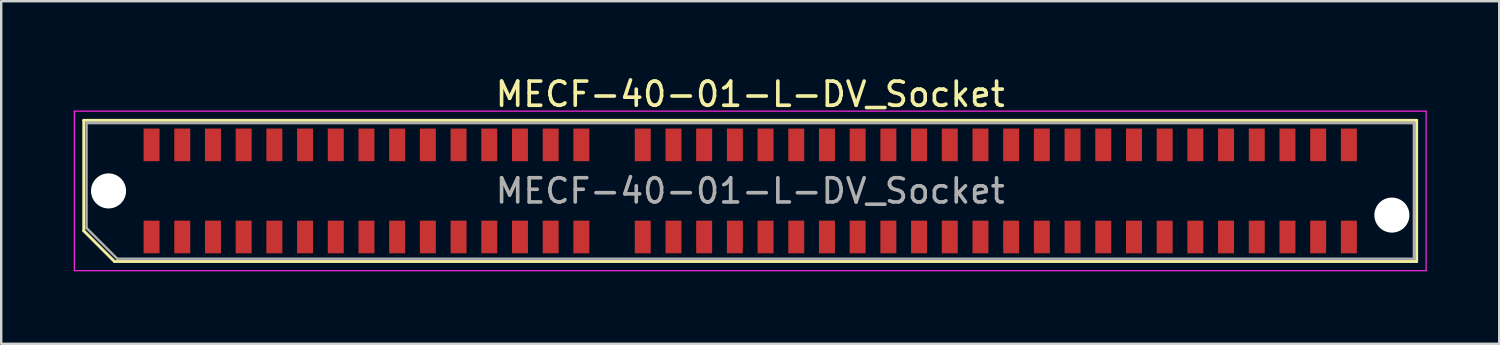
<source format=kicad_pcb>
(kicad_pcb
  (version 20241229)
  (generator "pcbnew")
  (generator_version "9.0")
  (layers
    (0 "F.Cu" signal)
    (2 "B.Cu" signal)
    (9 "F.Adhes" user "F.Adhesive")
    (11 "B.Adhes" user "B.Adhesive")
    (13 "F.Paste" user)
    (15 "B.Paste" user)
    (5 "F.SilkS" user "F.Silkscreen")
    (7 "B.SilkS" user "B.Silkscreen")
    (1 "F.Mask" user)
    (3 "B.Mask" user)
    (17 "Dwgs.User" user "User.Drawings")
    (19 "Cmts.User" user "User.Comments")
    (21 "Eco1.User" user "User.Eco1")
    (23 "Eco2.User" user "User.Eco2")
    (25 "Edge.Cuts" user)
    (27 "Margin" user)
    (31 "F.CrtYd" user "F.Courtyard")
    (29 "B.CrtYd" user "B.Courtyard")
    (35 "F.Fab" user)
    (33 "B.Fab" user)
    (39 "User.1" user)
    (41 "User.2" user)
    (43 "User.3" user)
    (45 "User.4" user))
  (footprint "MECF-40-01-L-DV_Socket"
    (layer "F.Cu")
    (at 27.985 4.848)
    (property "Reference" "MECF-40-01-L-DV_Socket" (at 0 -4 0) (layer "F.SilkS") (effects (font (size 1 1) (thickness 0.15))))
    (attr smd)
    (fp_line (start -27.57 -2.92) (end 27.57 -2.92) (stroke (width 0.12) (type solid)) (layer "F.SilkS"))
    (fp_line (start -27.57 1.65) (end -27.57 -2.92) (stroke (width 0.12) (type solid)) (layer "F.SilkS"))
    (fp_line (start -26.3 2.92) (end -27.57 1.65) (stroke (width 0.12) (type solid)) (layer "F.SilkS"))
    (fp_line (start -26.3 2.92) (end 27.57 2.92) (stroke (width 0.12) (type solid)) (layer "F.SilkS"))
    (fp_line (start 27.57 2.92) (end 27.57 -2.92) (stroke (width 0.12) (type solid)) (layer "F.SilkS"))
    (fp_line (start -27.96 -3.3) (end -27.96 3.3) (stroke (width 0.05) (type solid)) (layer "F.CrtYd"))
    (fp_line (start -27.96 3.3) (end 27.96 3.3) (stroke (width 0.05) (type solid)) (layer "F.CrtYd"))
    (fp_line (start 27.96 -3.3) (end -27.96 -3.3) (stroke (width 0.05) (type solid)) (layer "F.CrtYd"))
    (fp_line (start 27.96 3.3) (end 27.96 -3.3) (stroke (width 0.05) (type solid)) (layer "F.CrtYd"))
    (fp_line (start -27.455 -2.805) (end 27.455 -2.805) (stroke (width 0.1) (type solid)) (layer "F.Fab"))
    (fp_line (start -27.455 1.535) (end -27.455 -2.805) (stroke (width 0.1) (type solid)) (layer "F.Fab"))
    (fp_line (start -27.455 1.535) (end -26.185 2.805) (stroke (width 0.1) (type solid)) (layer "F.Fab"))
    (fp_line (start -26.185 2.805) (end 27.455 2.805) (stroke (width 0.1) (type solid)) (layer "F.Fab"))
    (fp_line (start 27.455 2.805) (end 27.455 -2.805) (stroke (width 0.1) (type solid)) (layer "F.Fab"))
    (fp_text user "${REFERENCE}" (at 0 0 0) (layer "F.Fab") (effects (font (size 1 1) (thickness 0.15))))
    (pad "" np_thru_hole circle (at -26.545 0) (size 1.45 1.45) (drill 1.45) (layers "*.Cu" "*.Mask"))
    (pad "" np_thru_hole circle (at 26.545 1) (size 1.45 1.45) (drill 1.45) (layers "*.Cu" "*.Mask"))
    (pad "1" smd rect (at -24.765 1.905) (size 0.66 1.35) (layers "F.Cu" "F.Mask" "F.Paste"))
    (pad "2" smd rect (at -24.765 -1.905) (size 0.66 1.35) (layers "F.Cu" "F.Mask" "F.Paste"))
    (pad "3" smd rect (at -23.495 1.905) (size 0.66 1.35) (layers "F.Cu" "F.Mask" "F.Paste"))
    (pad "4" smd rect (at -23.495 -1.905) (size 0.66 1.35) (layers "F.Cu" "F.Mask" "F.Paste"))
    (pad "5" smd rect (at -22.225 1.905) (size 0.66 1.35) (layers "F.Cu" "F.Mask" "F.Paste"))
    (pad "6" smd rect (at -22.225 -1.905) (size 0.66 1.35) (layers "F.Cu" "F.Mask" "F.Paste"))
    (pad "7" smd rect (at -20.955 1.905) (size 0.66 1.35) (layers "F.Cu" "F.Mask" "F.Paste"))
    (pad "8" smd rect (at -20.955 -1.905) (size 0.66 1.35) (layers "F.Cu" "F.Mask" "F.Paste"))
    (pad "9" smd rect (at -19.685 1.905) (size 0.66 1.35) (layers "F.Cu" "F.Mask" "F.Paste"))
    (pad "10" smd rect (at -19.685 -1.905) (size 0.66 1.35) (layers "F.Cu" "F.Mask" "F.Paste"))
    (pad "11" smd rect (at -18.415 1.905) (size 0.66 1.35) (layers "F.Cu" "F.Mask" "F.Paste"))
    (pad "12" smd rect (at -18.415 -1.905) (size 0.66 1.35) (layers "F.Cu" "F.Mask" "F.Paste"))
    (pad "13" smd rect (at -17.145 1.905) (size 0.66 1.35) (layers "F.Cu" "F.Mask" "F.Paste"))
    (pad "14" smd rect (at -17.145 -1.905) (size 0.66 1.35) (layers "F.Cu" "F.Mask" "F.Paste"))
    (pad "15" smd rect (at -15.875 1.905) (size 0.66 1.35) (layers "F.Cu" "F.Mask" "F.Paste"))
    (pad "16" smd rect (at -15.875 -1.905) (size 0.66 1.35) (layers "F.Cu" "F.Mask" "F.Paste"))
    (pad "17" smd rect (at -14.605 1.905) (size 0.66 1.35) (layers "F.Cu" "F.Mask" "F.Paste"))
    (pad "18" smd rect (at -14.605 -1.905) (size 0.66 1.35) (layers "F.Cu" "F.Mask" "F.Paste"))
    (pad "19" smd rect (at -13.335 1.905) (size 0.66 1.35) (layers "F.Cu" "F.Mask" "F.Paste"))
    (pad "20" smd rect (at -13.335 -1.905) (size 0.66 1.35) (layers "F.Cu" "F.Mask" "F.Paste"))
    (pad "21" smd rect (at -12.065 1.905) (size 0.66 1.35) (layers "F.Cu" "F.Mask" "F.Paste"))
    (pad "22" smd rect (at -12.065 -1.905) (size 0.66 1.35) (layers "F.Cu" "F.Mask" "F.Paste"))
    (pad "23" smd rect (at -10.795 1.905) (size 0.66 1.35) (layers "F.Cu" "F.Mask" "F.Paste"))
    (pad "24" smd rect (at -10.795 -1.905) (size 0.66 1.35) (layers "F.Cu" "F.Mask" "F.Paste"))
    (pad "25" smd rect (at -9.525 1.905) (size 0.66 1.35) (layers "F.Cu" "F.Mask" "F.Paste"))
    (pad "26" smd rect (at -9.525 -1.905) (size 0.66 1.35) (layers "F.Cu" "F.Mask" "F.Paste"))
    (pad "27" smd rect (at -8.255 1.905) (size 0.66 1.35) (layers "F.Cu" "F.Mask" "F.Paste"))
    (pad "28" smd rect (at -8.255 -1.905) (size 0.66 1.35) (layers "F.Cu" "F.Mask" "F.Paste"))
    (pad "29" smd rect (at -6.985 1.905) (size 0.66 1.35) (layers "F.Cu" "F.Mask" "F.Paste"))
    (pad "30" smd rect (at -6.985 -1.905) (size 0.66 1.35) (layers "F.Cu" "F.Mask" "F.Paste"))
    (pad "33" smd rect (at -4.445 1.905) (size 0.66 1.35) (layers "F.Cu" "F.Mask" "F.Paste"))
    (pad "34" smd rect (at -4.445 -1.905) (size 0.66 1.35) (layers "F.Cu" "F.Mask" "F.Paste"))
    (pad "35" smd rect (at -3.175 1.905) (size 0.66 1.35) (layers "F.Cu" "F.Mask" "F.Paste"))
    (pad "36" smd rect (at -3.175 -1.905) (size 0.66 1.35) (layers "F.Cu" "F.Mask" "F.Paste"))
    (pad "37" smd rect (at -1.905 1.905) (size 0.66 1.35) (layers "F.Cu" "F.Mask" "F.Paste"))
    (pad "38" smd rect (at -1.905 -1.905) (size 0.66 1.35) (layers "F.Cu" "F.Mask" "F.Paste"))
    (pad "39" smd rect (at -0.635 1.905) (size 0.66 1.35) (layers "F.Cu" "F.Mask" "F.Paste"))
    (pad "40" smd rect (at -0.635 -1.905) (size 0.66 1.35) (layers "F.Cu" "F.Mask" "F.Paste"))
    (pad "41" smd rect (at 0.635 1.905) (size 0.66 1.35) (layers "F.Cu" "F.Mask" "F.Paste"))
    (pad "42" smd rect (at 0.635 -1.905) (size 0.66 1.35) (layers "F.Cu" "F.Mask" "F.Paste"))
    (pad "43" smd rect (at 1.905 1.905) (size 0.66 1.35) (layers "F.Cu" "F.Mask" "F.Paste"))
    (pad "44" smd rect (at 1.905 -1.905) (size 0.66 1.35) (layers "F.Cu" "F.Mask" "F.Paste"))
    (pad "45" smd rect (at 3.175 1.905) (size 0.66 1.35) (layers "F.Cu" "F.Mask" "F.Paste"))
    (pad "46" smd rect (at 3.175 -1.905) (size 0.66 1.35) (layers "F.Cu" "F.Mask" "F.Paste"))
    (pad "47" smd rect (at 4.445 1.905) (size 0.66 1.35) (layers "F.Cu" "F.Mask" "F.Paste"))
    (pad "48" smd rect (at 4.445 -1.905) (size 0.66 1.35) (layers "F.Cu" "F.Mask" "F.Paste"))
    (pad "49" smd rect (at 5.715 1.905) (size 0.66 1.35) (layers "F.Cu" "F.Mask" "F.Paste"))
    (pad "50" smd rect (at 5.715 -1.905) (size 0.66 1.35) (layers "F.Cu" "F.Mask" "F.Paste"))
    (pad "51" smd rect (at 6.985 1.905) (size 0.66 1.35) (layers "F.Cu" "F.Mask" "F.Paste"))
    (pad "52" smd rect (at 6.985 -1.905) (size 0.66 1.35) (layers "F.Cu" "F.Mask" "F.Paste"))
    (pad "53" smd rect (at 8.255 1.905) (size 0.66 1.35) (layers "F.Cu" "F.Mask" "F.Paste"))
    (pad "54" smd rect (at 8.255 -1.905) (size 0.66 1.35) (layers "F.Cu" "F.Mask" "F.Paste"))
    (pad "55" smd rect (at 9.525 1.905) (size 0.66 1.35) (layers "F.Cu" "F.Mask" "F.Paste"))
    (pad "56" smd rect (at 9.525 -1.905) (size 0.66 1.35) (layers "F.Cu" "F.Mask" "F.Paste"))
    (pad "57" smd rect (at 10.795 1.905) (size 0.66 1.35) (layers "F.Cu" "F.Mask" "F.Paste"))
    (pad "58" smd rect (at 10.795 -1.905) (size 0.66 1.35) (layers "F.Cu" "F.Mask" "F.Paste"))
    (pad "59" smd rect (at 12.065 1.905) (size 0.66 1.35) (layers "F.Cu" "F.Mask" "F.Paste"))
    (pad "60" smd rect (at 12.065 -1.905) (size 0.66 1.35) (layers "F.Cu" "F.Mask" "F.Paste"))
    (pad "61" smd rect (at 13.335 1.905) (size 0.66 1.35) (layers "F.Cu" "F.Mask" "F.Paste"))
    (pad "62" smd rect (at 13.335 -1.905) (size 0.66 1.35) (layers "F.Cu" "F.Mask" "F.Paste"))
    (pad "63" smd rect (at 14.605 1.905) (size 0.66 1.35) (layers "F.Cu" "F.Mask" "F.Paste"))
    (pad "64" smd rect (at 14.605 -1.905) (size 0.66 1.35) (layers "F.Cu" "F.Mask" "F.Paste"))
    (pad "65" smd rect (at 15.875 1.905) (size 0.66 1.35) (layers "F.Cu" "F.Mask" "F.Paste"))
    (pad "66" smd rect (at 15.875 -1.905) (size 0.66 1.35) (layers "F.Cu" "F.Mask" "F.Paste"))
    (pad "67" smd rect (at 17.145 1.905) (size 0.66 1.35) (layers "F.Cu" "F.Mask" "F.Paste"))
    (pad "68" smd rect (at 17.145 -1.905) (size 0.66 1.35) (layers "F.Cu" "F.Mask" "F.Paste"))
    (pad "69" smd rect (at 18.415 1.905) (size 0.66 1.35) (layers "F.Cu" "F.Mask" "F.Paste"))
    (pad "70" smd rect (at 18.415 -1.905) (size 0.66 1.35) (layers "F.Cu" "F.Mask" "F.Paste"))
    (pad "71" smd rect (at 19.685 1.905) (size 0.66 1.35) (layers "F.Cu" "F.Mask" "F.Paste"))
    (pad "72" smd rect (at 19.685 -1.905) (size 0.66 1.35) (layers "F.Cu" "F.Mask" "F.Paste"))
    (pad "73" smd rect (at 20.955 1.905) (size 0.66 1.35) (layers "F.Cu" "F.Mask" "F.Paste"))
    (pad "74" smd rect (at 20.955 -1.905) (size 0.66 1.35) (layers "F.Cu" "F.Mask" "F.Paste"))
    (pad "75" smd rect (at 22.225 1.905) (size 0.66 1.35) (layers "F.Cu" "F.Mask" "F.Paste"))
    (pad "76" smd rect (at 22.225 -1.905) (size 0.66 1.35) (layers "F.Cu" "F.Mask" "F.Paste"))
    (pad "77" smd rect (at 23.495 1.905) (size 0.66 1.35) (layers "F.Cu" "F.Mask" "F.Paste"))
    (pad "78" smd rect (at 23.495 -1.905) (size 0.66 1.35) (layers "F.Cu" "F.Mask" "F.Paste"))
    (pad "79" smd rect (at 24.765 1.905) (size 0.66 1.35) (layers "F.Cu" "F.Mask" "F.Paste"))
    (pad "80" smd rect (at 24.765 -1.905) (size 0.66 1.35) (layers "F.Cu" "F.Mask" "F.Paste")))
  (gr_rect
    (start -3 -3)
    (end 58.97 11.173)
    (stroke (width 0.1) (type default))
    (fill no)
    (layer "Edge.Cuts")))
</source>
